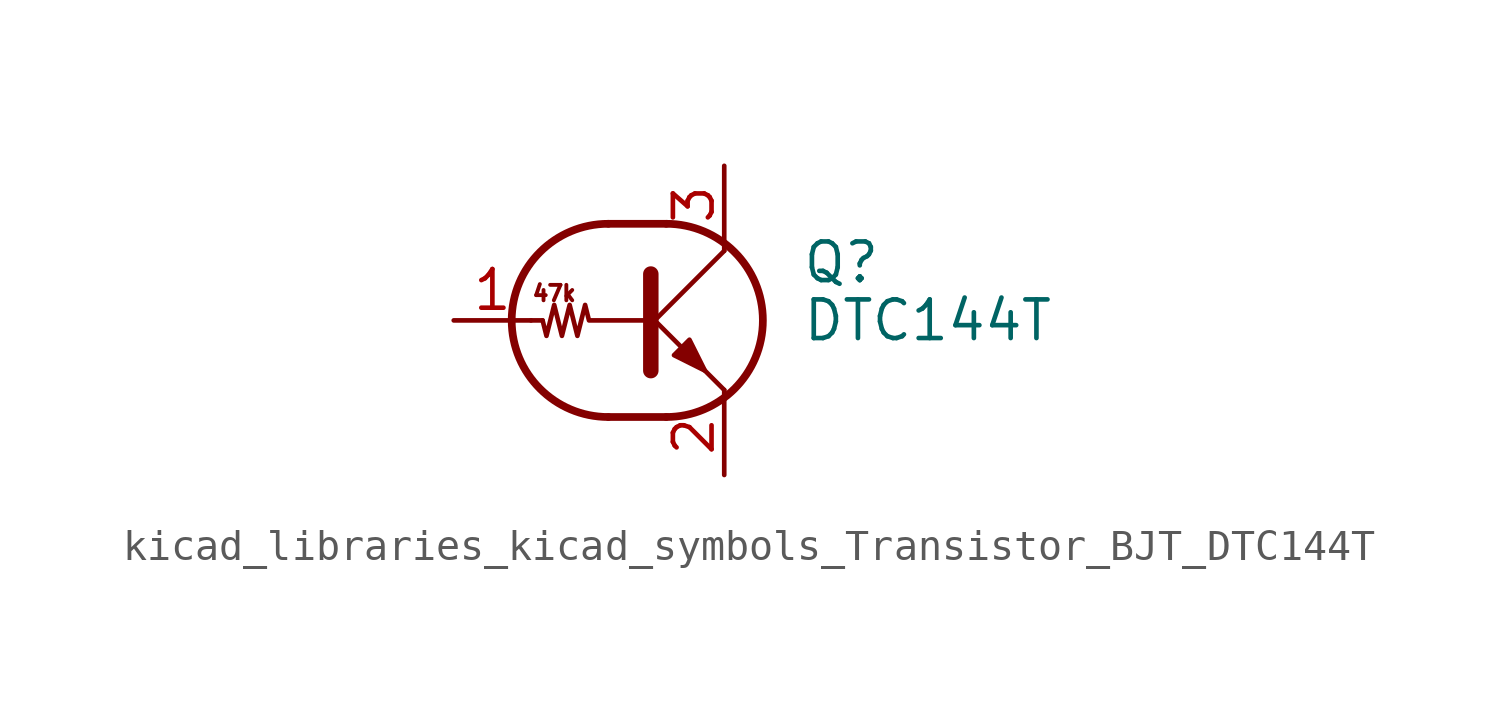
<source format=kicad_sym>
(kicad_symbol_lib
  (version 20220914)
  (generator kicad_symbol_editor)
  (symbol "kicad_libraries_kicad_symbols_Transistor_BJT_DTC144T"
    (pin_names
      (offset 0) hide)
    (property "Reference" "Q"
      (at 5.08 1.905 0)
      (effects (font (size 1.27 1.27)) (justify left)))
    (property "Value" "DTC144T"
      (at 5.08 0 0)
      (effects (font (size 1.27 1.27)) (justify left)))
    (symbol "kicad_libraries_kicad_symbols_Transistor_BJT_DTC144T_0_0"
      (polyline (pts (xy 2.54 -2.286) (xy 2.54 -2.54)) (stroke (width 0) (type default)) (fill (type none)))
      (text "47k" (at -3.048 0.889 0) (effects (font (size 0.508 0.508)))))
    (symbol "kicad_libraries_kicad_symbols_Transistor_BJT_DTC144T_0_1"
      (arc (start -1.27 3.175) (mid -4.4312 0) (end -1.27 -3.175) (stroke (width 0.254) (type default)) (fill (type none)))
      (polyline (pts (xy -3.429 0) (xy -3.81 0)) (stroke (width 0) (type default)) (fill (type none)))
      (polyline (pts (xy -1.27 -3.175) (xy 0.635 -3.175)) (stroke (width 0.254) (type default)) (fill (type none)))
      (polyline (pts (xy -1.27 3.175) (xy 0.635 3.175)) (stroke (width 0.254) (type default)) (fill (type none)))
      (polyline (pts (xy 0 -0.254) (xy 2.54 2.286)) (stroke (width 0) (type default)) (fill (type none)))
      (polyline (pts (xy 0.127 1.524) (xy 0.127 -1.651)) (stroke (width 0.508) (type default)) (fill (type outline)))
      (polyline (pts (xy 2.54 2.286) (xy 2.54 2.54)) (stroke (width 0) (type default)) (fill (type none)))
      (polyline (pts (xy 2.54 -2.286) (xy 0 0.254) (xy 0 0.254)) (stroke (width 0) (type default)) (fill (type none)))
      (polyline (pts (xy 0.889 -1.143) (xy 1.397 -0.635) (xy 1.905 -1.651) (xy 0.889 -1.143)) (stroke (width 0) (type default)) (fill (type outline)))
      (polyline (pts (xy 0 0) (xy -1.905 0) (xy -2.032 0.508) (xy -2.286 -0.508) (xy -2.54 0.508) (xy -2.794 -0.508) (xy -3.048 0.508) (xy -3.302 -0.508) (xy -3.429 0)) (stroke (width 0) (type default)) (fill (type none)))
      (arc (start 0.635 -3.175) (mid 3.7962 0) (end 0.635 3.175) (stroke (width 0.254) (type default)) (fill (type none))))
    (symbol "kicad_libraries_kicad_symbols_Transistor_BJT_DTC144T_1_1"
      (pin input line (at -6.35 0 0) (length 2.54) (name "B" (effects (font (size 1.27 1.27)))) (number "1" (effects (font (size 1.27 1.27)))))
      (pin passive line (at 2.54 -5.08 90) (length 2.54) (name "E" (effects (font (size 1.27 1.27)))) (number "2" (effects (font (size 1.27 1.27)))))
      (pin passive line (at 2.54 5.08 270) (length 2.54) (name "C" (effects (font (size 1.27 1.27)))) (number "3" (effects (font (size 1.27 1.27))))))))
</source>
